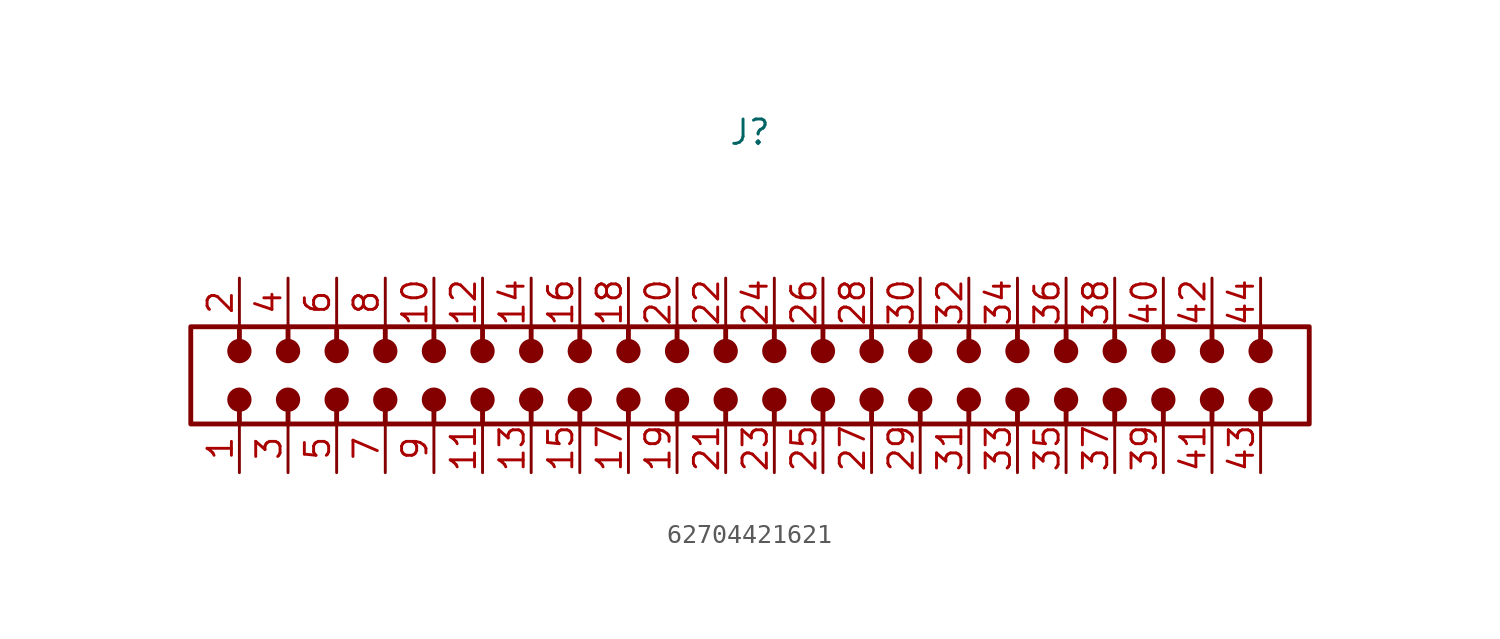
<source format=kicad_sym>
(kicad_symbol_lib
  (version 20241209)
  (generator "kicad_symbol_editor")
  (generator_version "9.0")
  (symbol "62704421621"
    (pin_names
      (hide yes))
    (property "Reference" "J"
      (at 0 12.7 0)
      (effects (font (size 1.27 1.27))))
    (symbol "62704421621_1_1"
      (polyline (pts (xy -26.67 1.778) (xy -26.67 2.54)) (stroke (width 0.254) (type solid)) (fill (type none)))
      (circle (center -26.67 1.27) (radius 0.508) (stroke (width 0.254) (type solid)) (fill (type outline)))
      (circle (center -26.67 -1.27) (radius 0.508) (stroke (width 0.254) (type solid)) (fill (type outline)))
      (polyline (pts (xy -26.67 -1.778) (xy -26.67 -2.54)) (stroke (width 0.254) (type solid)) (fill (type none)))
      (polyline (pts (xy -24.13 1.778) (xy -24.13 2.54)) (stroke (width 0.254) (type solid)) (fill (type none)))
      (circle (center -24.13 1.27) (radius 0.508) (stroke (width 0.254) (type solid)) (fill (type outline)))
      (circle (center -24.13 -1.27) (radius 0.508) (stroke (width 0.254) (type solid)) (fill (type outline)))
      (polyline (pts (xy -24.13 -1.778) (xy -24.13 -2.54)) (stroke (width 0.254) (type solid)) (fill (type none)))
      (polyline (pts (xy -21.59 1.778) (xy -21.59 2.54)) (stroke (width 0.254) (type solid)) (fill (type none)))
      (circle (center -21.59 1.27) (radius 0.508) (stroke (width 0.254) (type solid)) (fill (type outline)))
      (circle (center -21.59 -1.27) (radius 0.508) (stroke (width 0.254) (type solid)) (fill (type outline)))
      (polyline (pts (xy -21.59 -1.778) (xy -21.59 -2.54)) (stroke (width 0.254) (type solid)) (fill (type none)))
      (polyline (pts (xy -19.05 1.778) (xy -19.05 2.54)) (stroke (width 0.254) (type solid)) (fill (type none)))
      (circle (center -19.05 1.27) (radius 0.508) (stroke (width 0.254) (type solid)) (fill (type outline)))
      (circle (center -19.05 -1.27) (radius 0.508) (stroke (width 0.254) (type solid)) (fill (type outline)))
      (polyline (pts (xy -19.05 -1.778) (xy -19.05 -2.54)) (stroke (width 0.254) (type solid)) (fill (type none)))
      (polyline (pts (xy -16.51 1.778) (xy -16.51 2.54)) (stroke (width 0.254) (type solid)) (fill (type none)))
      (circle (center -16.51 1.27) (radius 0.508) (stroke (width 0.254) (type solid)) (fill (type outline)))
      (circle (center -16.51 -1.27) (radius 0.508) (stroke (width 0.254) (type solid)) (fill (type outline)))
      (polyline (pts (xy -16.51 -1.778) (xy -16.51 -2.54)) (stroke (width 0.254) (type solid)) (fill (type none)))
      (polyline (pts (xy -13.97 1.778) (xy -13.97 2.54)) (stroke (width 0.254) (type solid)) (fill (type none)))
      (circle (center -13.97 1.27) (radius 0.508) (stroke (width 0.254) (type solid)) (fill (type outline)))
      (circle (center -13.97 -1.27) (radius 0.508) (stroke (width 0.254) (type solid)) (fill (type outline)))
      (polyline (pts (xy -13.97 -1.778) (xy -13.97 -2.54)) (stroke (width 0.254) (type solid)) (fill (type none)))
      (polyline (pts (xy -11.43 1.778) (xy -11.43 2.54)) (stroke (width 0.254) (type solid)) (fill (type none)))
      (circle (center -11.43 1.27) (radius 0.508) (stroke (width 0.254) (type solid)) (fill (type outline)))
      (circle (center -11.43 -1.27) (radius 0.508) (stroke (width 0.254) (type solid)) (fill (type outline)))
      (polyline (pts (xy -11.43 -1.778) (xy -11.43 -2.54)) (stroke (width 0.254) (type solid)) (fill (type none)))
      (polyline (pts (xy -8.89 1.778) (xy -8.89 2.54)) (stroke (width 0.254) (type solid)) (fill (type none)))
      (circle (center -8.89 1.27) (radius 0.508) (stroke (width 0.254) (type solid)) (fill (type outline)))
      (circle (center -8.89 -1.27) (radius 0.508) (stroke (width 0.254) (type solid)) (fill (type outline)))
      (polyline (pts (xy -8.89 -1.778) (xy -8.89 -2.54)) (stroke (width 0.254) (type solid)) (fill (type none)))
      (polyline (pts (xy -6.35 1.778) (xy -6.35 2.54)) (stroke (width 0.254) (type solid)) (fill (type none)))
      (circle (center -6.35 1.27) (radius 0.508) (stroke (width 0.254) (type solid)) (fill (type outline)))
      (circle (center -6.35 -1.27) (radius 0.508) (stroke (width 0.254) (type solid)) (fill (type outline)))
      (polyline (pts (xy -6.35 -1.778) (xy -6.35 -2.54)) (stroke (width 0.254) (type solid)) (fill (type none)))
      (polyline (pts (xy -3.81 1.778) (xy -3.81 2.54)) (stroke (width 0.254) (type solid)) (fill (type none)))
      (circle (center -3.81 1.27) (radius 0.508) (stroke (width 0.254) (type solid)) (fill (type outline)))
      (circle (center -3.81 -1.27) (radius 0.508) (stroke (width 0.254) (type solid)) (fill (type outline)))
      (polyline (pts (xy -3.81 -1.778) (xy -3.81 -2.54)) (stroke (width 0.254) (type solid)) (fill (type none)))
      (polyline (pts (xy -1.27 1.778) (xy -1.27 2.54)) (stroke (width 0.254) (type solid)) (fill (type none)))
      (circle (center -1.27 1.27) (radius 0.508) (stroke (width 0.254) (type solid)) (fill (type outline)))
      (circle (center -1.27 -1.27) (radius 0.508) (stroke (width 0.254) (type solid)) (fill (type outline)))
      (polyline (pts (xy -1.27 -1.778) (xy -1.27 -2.54)) (stroke (width 0.254) (type solid)) (fill (type none)))
      (polyline (pts (xy 1.27 1.778) (xy 1.27 2.54)) (stroke (width 0.254) (type solid)) (fill (type none)))
      (circle (center 1.27 1.27) (radius 0.508) (stroke (width 0.254) (type solid)) (fill (type outline)))
      (circle (center 1.27 -1.27) (radius 0.508) (stroke (width 0.254) (type solid)) (fill (type outline)))
      (polyline (pts (xy 1.27 -1.778) (xy 1.27 -2.54)) (stroke (width 0.254) (type solid)) (fill (type none)))
      (polyline (pts (xy 3.81 1.778) (xy 3.81 2.54)) (stroke (width 0.254) (type solid)) (fill (type none)))
      (circle (center 3.81 1.27) (radius 0.508) (stroke (width 0.254) (type solid)) (fill (type outline)))
      (circle (center 3.81 -1.27) (radius 0.508) (stroke (width 0.254) (type solid)) (fill (type outline)))
      (polyline (pts (xy 3.81 -1.778) (xy 3.81 -2.54)) (stroke (width 0.254) (type solid)) (fill (type none)))
      (polyline (pts (xy 6.35 1.778) (xy 6.35 2.54)) (stroke (width 0.254) (type solid)) (fill (type none)))
      (circle (center 6.35 1.27) (radius 0.508) (stroke (width 0.254) (type solid)) (fill (type outline)))
      (circle (center 6.35 -1.27) (radius 0.508) (stroke (width 0.254) (type solid)) (fill (type outline)))
      (polyline (pts (xy 6.35 -1.778) (xy 6.35 -2.54)) (stroke (width 0.254) (type solid)) (fill (type none)))
      (polyline (pts (xy 8.89 1.778) (xy 8.89 2.54)) (stroke (width 0.254) (type solid)) (fill (type none)))
      (circle (center 8.89 1.27) (radius 0.508) (stroke (width 0.254) (type solid)) (fill (type outline)))
      (circle (center 8.89 -1.27) (radius 0.508) (stroke (width 0.254) (type solid)) (fill (type outline)))
      (polyline (pts (xy 8.89 -1.778) (xy 8.89 -2.54)) (stroke (width 0.254) (type solid)) (fill (type none)))
      (polyline (pts (xy 11.43 1.778) (xy 11.43 2.54)) (stroke (width 0.254) (type solid)) (fill (type none)))
      (circle (center 11.43 1.27) (radius 0.508) (stroke (width 0.254) (type solid)) (fill (type outline)))
      (circle (center 11.43 -1.27) (radius 0.508) (stroke (width 0.254) (type solid)) (fill (type outline)))
      (polyline (pts (xy 11.43 -1.778) (xy 11.43 -2.54)) (stroke (width 0.254) (type solid)) (fill (type none)))
      (polyline (pts (xy 13.97 1.778) (xy 13.97 2.54)) (stroke (width 0.254) (type solid)) (fill (type none)))
      (circle (center 13.97 1.27) (radius 0.508) (stroke (width 0.254) (type solid)) (fill (type outline)))
      (circle (center 13.97 -1.27) (radius 0.508) (stroke (width 0.254) (type solid)) (fill (type outline)))
      (polyline (pts (xy 13.97 -1.778) (xy 13.97 -2.54)) (stroke (width 0.254) (type solid)) (fill (type none)))
      (polyline (pts (xy 16.51 1.778) (xy 16.51 2.54)) (stroke (width 0.254) (type solid)) (fill (type none)))
      (circle (center 16.51 1.27) (radius 0.508) (stroke (width 0.254) (type solid)) (fill (type outline)))
      (circle (center 16.51 -1.27) (radius 0.508) (stroke (width 0.254) (type solid)) (fill (type outline)))
      (polyline (pts (xy 16.51 -1.778) (xy 16.51 -2.54)) (stroke (width 0.254) (type solid)) (fill (type none)))
      (polyline (pts (xy 19.05 1.778) (xy 19.05 2.54)) (stroke (width 0.254) (type solid)) (fill (type none)))
      (circle (center 19.05 1.27) (radius 0.508) (stroke (width 0.254) (type solid)) (fill (type outline)))
      (circle (center 19.05 -1.27) (radius 0.508) (stroke (width 0.254) (type solid)) (fill (type outline)))
      (polyline (pts (xy 19.05 -1.778) (xy 19.05 -2.54)) (stroke (width 0.254) (type solid)) (fill (type none)))
      (polyline (pts (xy 21.59 1.778) (xy 21.59 2.54)) (stroke (width 0.254) (type solid)) (fill (type none)))
      (circle (center 21.59 1.27) (radius 0.508) (stroke (width 0.254) (type solid)) (fill (type outline)))
      (circle (center 21.59 -1.27) (radius 0.508) (stroke (width 0.254) (type solid)) (fill (type outline)))
      (polyline (pts (xy 21.59 -1.778) (xy 21.59 -2.54)) (stroke (width 0.254) (type solid)) (fill (type none)))
      (polyline (pts (xy 24.13 1.778) (xy 24.13 2.54)) (stroke (width 0.254) (type solid)) (fill (type none)))
      (circle (center 24.13 1.27) (radius 0.508) (stroke (width 0.254) (type solid)) (fill (type outline)))
      (circle (center 24.13 -1.27) (radius 0.508) (stroke (width 0.254) (type solid)) (fill (type outline)))
      (polyline (pts (xy 24.13 -1.778) (xy 24.13 -2.54)) (stroke (width 0.254) (type solid)) (fill (type none)))
      (polyline (pts (xy 26.67 1.778) (xy 26.67 2.54)) (stroke (width 0.254) (type solid)) (fill (type none)))
      (circle (center 26.67 1.27) (radius 0.508) (stroke (width 0.254) (type solid)) (fill (type outline)))
      (circle (center 26.67 -1.27) (radius 0.508) (stroke (width 0.254) (type solid)) (fill (type outline)))
      (polyline (pts (xy 26.67 -1.778) (xy 26.67 -2.54)) (stroke (width 0.254) (type solid)) (fill (type none)))
      (rectangle (start 29.21 -2.54) (end -29.21 2.54) (stroke (width 0.254) (type solid)) (fill (type none)))
      (pin passive line (at -26.67 5.08 270) (length 2.54) (name "2" (effects (font (size 1.27 1.27)))) (number "2" (effects (font (size 1.27 1.27)))))
      (pin passive line (at -26.67 -5.08 90) (length 2.54) (name "1" (effects (font (size 1.27 1.27)))) (number "1" (effects (font (size 1.27 1.27)))))
      (pin passive line (at -24.13 5.08 270) (length 2.54) (name "4" (effects (font (size 1.27 1.27)))) (number "4" (effects (font (size 1.27 1.27)))))
      (pin passive line (at -24.13 -5.08 90) (length 2.54) (name "3" (effects (font (size 1.27 1.27)))) (number "3" (effects (font (size 1.27 1.27)))))
      (pin passive line (at -21.59 5.08 270) (length 2.54) (name "6" (effects (font (size 1.27 1.27)))) (number "6" (effects (font (size 1.27 1.27)))))
      (pin passive line (at -21.59 -5.08 90) (length 2.54) (name "5" (effects (font (size 1.27 1.27)))) (number "5" (effects (font (size 1.27 1.27)))))
      (pin passive line (at -19.05 5.08 270) (length 2.54) (name "8" (effects (font (size 1.27 1.27)))) (number "8" (effects (font (size 1.27 1.27)))))
      (pin passive line (at -19.05 -5.08 90) (length 2.54) (name "7" (effects (font (size 1.27 1.27)))) (number "7" (effects (font (size 1.27 1.27)))))
      (pin passive line (at -16.51 5.08 270) (length 2.54) (name "10" (effects (font (size 1.27 1.27)))) (number "10" (effects (font (size 1.27 1.27)))))
      (pin passive line (at -16.51 -5.08 90) (length 2.54) (name "9" (effects (font (size 1.27 1.27)))) (number "9" (effects (font (size 1.27 1.27)))))
      (pin passive line (at -13.97 5.08 270) (length 2.54) (name "12" (effects (font (size 1.27 1.27)))) (number "12" (effects (font (size 1.27 1.27)))))
      (pin passive line (at -13.97 -5.08 90) (length 2.54) (name "11" (effects (font (size 1.27 1.27)))) (number "11" (effects (font (size 1.27 1.27)))))
      (pin passive line (at -11.43 5.08 270) (length 2.54) (name "14" (effects (font (size 1.27 1.27)))) (number "14" (effects (font (size 1.27 1.27)))))
      (pin passive line (at -11.43 -5.08 90) (length 2.54) (name "13" (effects (font (size 1.27 1.27)))) (number "13" (effects (font (size 1.27 1.27)))))
      (pin passive line (at -8.89 5.08 270) (length 2.54) (name "16" (effects (font (size 1.27 1.27)))) (number "16" (effects (font (size 1.27 1.27)))))
      (pin passive line (at -8.89 -5.08 90) (length 2.54) (name "15" (effects (font (size 1.27 1.27)))) (number "15" (effects (font (size 1.27 1.27)))))
      (pin passive line (at -6.35 5.08 270) (length 2.54) (name "18" (effects (font (size 1.27 1.27)))) (number "18" (effects (font (size 1.27 1.27)))))
      (pin passive line (at -6.35 -5.08 90) (length 2.54) (name "17" (effects (font (size 1.27 1.27)))) (number "17" (effects (font (size 1.27 1.27)))))
      (pin passive line (at -3.81 5.08 270) (length 2.54) (name "20" (effects (font (size 1.27 1.27)))) (number "20" (effects (font (size 1.27 1.27)))))
      (pin passive line (at -3.81 -5.08 90) (length 2.54) (name "19" (effects (font (size 1.27 1.27)))) (number "19" (effects (font (size 1.27 1.27)))))
      (pin passive line (at -1.27 5.08 270) (length 2.54) (name "22" (effects (font (size 1.27 1.27)))) (number "22" (effects (font (size 1.27 1.27)))))
      (pin passive line (at -1.27 -5.08 90) (length 2.54) (name "21" (effects (font (size 1.27 1.27)))) (number "21" (effects (font (size 1.27 1.27)))))
      (pin passive line (at 1.27 5.08 270) (length 2.54) (name "24" (effects (font (size 1.27 1.27)))) (number "24" (effects (font (size 1.27 1.27)))))
      (pin passive line (at 1.27 -5.08 90) (length 2.54) (name "23" (effects (font (size 1.27 1.27)))) (number "23" (effects (font (size 1.27 1.27)))))
      (pin passive line (at 3.81 5.08 270) (length 2.54) (name "26" (effects (font (size 1.27 1.27)))) (number "26" (effects (font (size 1.27 1.27)))))
      (pin passive line (at 3.81 -5.08 90) (length 2.54) (name "25" (effects (font (size 1.27 1.27)))) (number "25" (effects (font (size 1.27 1.27)))))
      (pin passive line (at 6.35 5.08 270) (length 2.54) (name "28" (effects (font (size 1.27 1.27)))) (number "28" (effects (font (size 1.27 1.27)))))
      (pin passive line (at 6.35 -5.08 90) (length 2.54) (name "27" (effects (font (size 1.27 1.27)))) (number "27" (effects (font (size 1.27 1.27)))))
      (pin passive line (at 8.89 5.08 270) (length 2.54) (name "30" (effects (font (size 1.27 1.27)))) (number "30" (effects (font (size 1.27 1.27)))))
      (pin passive line (at 8.89 -5.08 90) (length 2.54) (name "29" (effects (font (size 1.27 1.27)))) (number "29" (effects (font (size 1.27 1.27)))))
      (pin passive line (at 11.43 5.08 270) (length 2.54) (name "32" (effects (font (size 1.27 1.27)))) (number "32" (effects (font (size 1.27 1.27)))))
      (pin passive line (at 11.43 -5.08 90) (length 2.54) (name "31" (effects (font (size 1.27 1.27)))) (number "31" (effects (font (size 1.27 1.27)))))
      (pin passive line (at 13.97 5.08 270) (length 2.54) (name "34" (effects (font (size 1.27 1.27)))) (number "34" (effects (font (size 1.27 1.27)))))
      (pin passive line (at 13.97 -5.08 90) (length 2.54) (name "33" (effects (font (size 1.27 1.27)))) (number "33" (effects (font (size 1.27 1.27)))))
      (pin passive line (at 16.51 5.08 270) (length 2.54) (name "36" (effects (font (size 1.27 1.27)))) (number "36" (effects (font (size 1.27 1.27)))))
      (pin passive line (at 16.51 -5.08 90) (length 2.54) (name "35" (effects (font (size 1.27 1.27)))) (number "35" (effects (font (size 1.27 1.27)))))
      (pin passive line (at 19.05 5.08 270) (length 2.54) (name "38" (effects (font (size 1.27 1.27)))) (number "38" (effects (font (size 1.27 1.27)))))
      (pin passive line (at 19.05 -5.08 90) (length 2.54) (name "37" (effects (font (size 1.27 1.27)))) (number "37" (effects (font (size 1.27 1.27)))))
      (pin passive line (at 21.59 5.08 270) (length 2.54) (name "40" (effects (font (size 1.27 1.27)))) (number "40" (effects (font (size 1.27 1.27)))))
      (pin passive line (at 21.59 -5.08 90) (length 2.54) (name "39" (effects (font (size 1.27 1.27)))) (number "39" (effects (font (size 1.27 1.27)))))
      (pin passive line (at 24.13 5.08 270) (length 2.54) (name "42" (effects (font (size 1.27 1.27)))) (number "42" (effects (font (size 1.27 1.27)))))
      (pin passive line (at 24.13 -5.08 90) (length 2.54) (name "41" (effects (font (size 1.27 1.27)))) (number "41" (effects (font (size 1.27 1.27)))))
      (pin passive line (at 26.67 5.08 270) (length 2.54) (name "44" (effects (font (size 1.27 1.27)))) (number "44" (effects (font (size 1.27 1.27)))))
      (pin passive line (at 26.67 -5.08 90) (length 2.54) (name "43" (effects (font (size 1.27 1.27)))) (number "43" (effects (font (size 1.27 1.27))))))))
</source>
